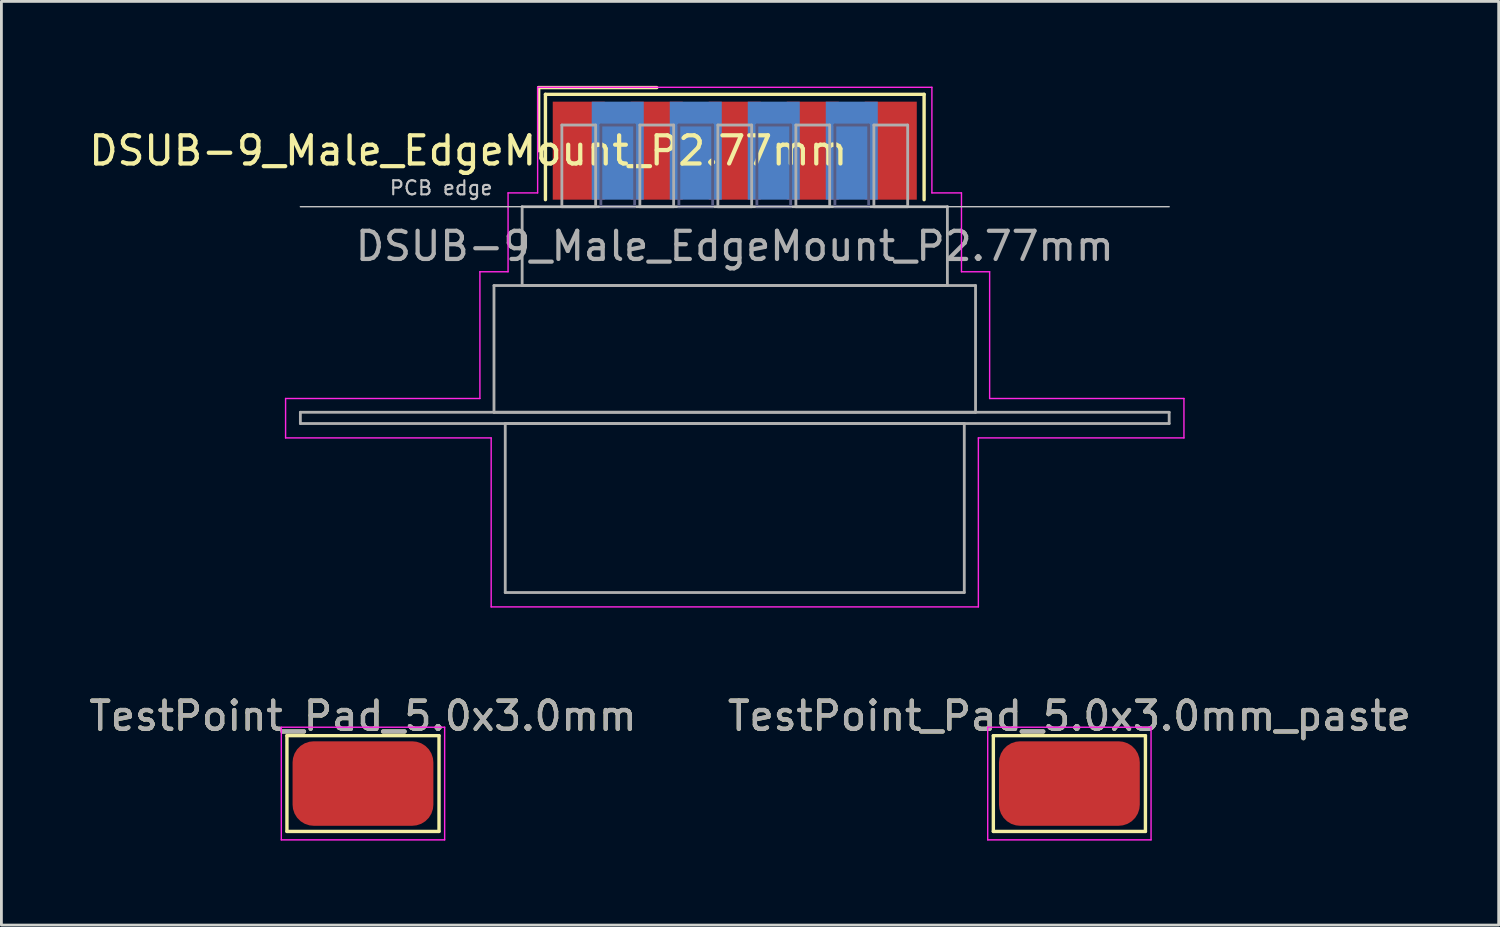
<source format=kicad_pcb>
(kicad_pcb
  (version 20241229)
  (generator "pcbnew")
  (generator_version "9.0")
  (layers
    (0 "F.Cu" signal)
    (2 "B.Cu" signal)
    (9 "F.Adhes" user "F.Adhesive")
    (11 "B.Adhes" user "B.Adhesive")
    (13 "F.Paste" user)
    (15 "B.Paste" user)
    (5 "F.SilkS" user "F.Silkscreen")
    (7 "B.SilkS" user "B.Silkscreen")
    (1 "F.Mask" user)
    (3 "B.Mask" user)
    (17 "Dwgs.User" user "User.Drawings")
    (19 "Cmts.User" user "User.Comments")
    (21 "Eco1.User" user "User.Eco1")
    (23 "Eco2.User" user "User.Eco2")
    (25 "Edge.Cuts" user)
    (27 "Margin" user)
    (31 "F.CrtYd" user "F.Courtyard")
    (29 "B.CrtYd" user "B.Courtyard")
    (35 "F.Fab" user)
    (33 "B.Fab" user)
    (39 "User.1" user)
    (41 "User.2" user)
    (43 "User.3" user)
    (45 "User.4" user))
  (footprint "DSUB-9_Male_EdgeMount_P2.77mm"
    (layer "F.Cu")
    (at 23.041 2.3)
    (property "Reference" "DSUB-9_Male_EdgeMount_P2.77mm" (at -9.463 0 0) (layer "F.SilkS") (effects (font (size 1 1) (thickness 0.15))))
    (attr smd)
    (fp_line (start -6.963 -2.24) (end -2.77 -2.24) (stroke (width 0.12) (type solid)) (layer "F.SilkS"))
    (fp_line (start -6.963 0) (end -6.963 -2.24) (stroke (width 0.12) (type solid)) (layer "F.SilkS"))
    (fp_line (start -6.723 -2) (end -6.723 1.74) (stroke (width 0.12) (type solid)) (layer "F.SilkS"))
    (fp_line (start 6.723 -2) (end -6.723 -2) (stroke (width 0.12) (type solid)) (layer "F.SilkS"))
    (fp_line (start 6.723 1.74) (end 6.723 -2) (stroke (width 0.12) (type solid)) (layer "F.SilkS"))
    (fp_line (start -15.425 1.99) (end 15.425 1.99) (stroke (width 0.05) (type solid)) (layer "Dwgs.User"))
    (fp_line (start -15.95 8.8) (end -9.05 8.8) (stroke (width 0.05) (type solid)) (layer "F.CrtYd"))
    (fp_line (start -15.95 10.2) (end -15.95 8.8) (stroke (width 0.05) (type solid)) (layer "F.CrtYd"))
    (fp_line (start -9.05 4.3) (end -8.05 4.3) (stroke (width 0.05) (type solid)) (layer "F.CrtYd"))
    (fp_line (start -9.05 8.8) (end -9.05 4.3) (stroke (width 0.05) (type solid)) (layer "F.CrtYd"))
    (fp_line (start -8.65 10.2) (end -15.95 10.2) (stroke (width 0.05) (type solid)) (layer "F.CrtYd"))
    (fp_line (start -8.65 16.2) (end -8.65 10.2) (stroke (width 0.05) (type solid)) (layer "F.CrtYd"))
    (fp_line (start -8.05 1.5) (end -7 1.5) (stroke (width 0.05) (type solid)) (layer "F.CrtYd"))
    (fp_line (start -8.05 4.3) (end -8.05 1.5) (stroke (width 0.05) (type solid)) (layer "F.CrtYd"))
    (fp_line (start -7 -2.25) (end 7 -2.25) (stroke (width 0.05) (type solid)) (layer "F.CrtYd"))
    (fp_line (start -7 1.5) (end -7 -2.25) (stroke (width 0.05) (type solid)) (layer "F.CrtYd"))
    (fp_line (start 7 -2.25) (end 7 1.5) (stroke (width 0.05) (type solid)) (layer "F.CrtYd"))
    (fp_line (start 7 1.5) (end 8.05 1.5) (stroke (width 0.05) (type solid)) (layer "F.CrtYd"))
    (fp_line (start 8.05 1.5) (end 8.05 4.3) (stroke (width 0.05) (type solid)) (layer "F.CrtYd"))
    (fp_line (start 8.05 4.3) (end 9.05 4.3) (stroke (width 0.05) (type solid)) (layer "F.CrtYd"))
    (fp_line (start 8.65 10.2) (end 8.65 16.2) (stroke (width 0.05) (type solid)) (layer "F.CrtYd"))
    (fp_line (start 8.65 16.2) (end -8.65 16.2) (stroke (width 0.05) (type solid)) (layer "F.CrtYd"))
    (fp_line (start 9.05 4.3) (end 9.05 8.8) (stroke (width 0.05) (type solid)) (layer "F.CrtYd"))
    (fp_line (start 9.05 8.8) (end 15.95 8.8) (stroke (width 0.05) (type solid)) (layer "F.CrtYd"))
    (fp_line (start 15.95 8.8) (end 15.95 10.2) (stroke (width 0.05) (type solid)) (layer "F.CrtYd"))
    (fp_line (start 15.95 10.2) (end 8.65 10.2) (stroke (width 0.05) (type solid)) (layer "F.CrtYd"))
    (fp_line (start -4.755 -0.91) (end -4.755 1.99) (stroke (width 0.1) (type solid)) (layer "B.Fab"))
    (fp_line (start -4.755 1.99) (end -3.555 1.99) (stroke (width 0.1) (type solid)) (layer "B.Fab"))
    (fp_line (start -3.555 -0.91) (end -4.755 -0.91) (stroke (width 0.1) (type solid)) (layer "B.Fab"))
    (fp_line (start -3.555 1.99) (end -3.555 -0.91) (stroke (width 0.1) (type solid)) (layer "B.Fab"))
    (fp_line (start -1.985 -0.91) (end -1.985 1.99) (stroke (width 0.1) (type solid)) (layer "B.Fab"))
    (fp_line (start -1.985 1.99) (end -0.785 1.99) (stroke (width 0.1) (type solid)) (layer "B.Fab"))
    (fp_line (start -0.785 -0.91) (end -1.985 -0.91) (stroke (width 0.1) (type solid)) (layer "B.Fab"))
    (fp_line (start -0.785 1.99) (end -0.785 -0.91) (stroke (width 0.1) (type solid)) (layer "B.Fab"))
    (fp_line (start 0.785 -0.91) (end 0.785 1.99) (stroke (width 0.1) (type solid)) (layer "B.Fab"))
    (fp_line (start 0.785 1.99) (end 1.985 1.99) (stroke (width 0.1) (type solid)) (layer "B.Fab"))
    (fp_line (start 1.985 -0.91) (end 0.785 -0.91) (stroke (width 0.1) (type solid)) (layer "B.Fab"))
    (fp_line (start 1.985 1.99) (end 1.985 -0.91) (stroke (width 0.1) (type solid)) (layer "B.Fab"))
    (fp_line (start 3.555 -0.91) (end 3.555 1.99) (stroke (width 0.1) (type solid)) (layer "B.Fab"))
    (fp_line (start 3.555 1.99) (end 4.755 1.99) (stroke (width 0.1) (type solid)) (layer "B.Fab"))
    (fp_line (start 4.755 -0.91) (end 3.555 -0.91) (stroke (width 0.1) (type solid)) (layer "B.Fab"))
    (fp_line (start 4.755 1.99) (end 4.755 -0.91) (stroke (width 0.1) (type solid)) (layer "B.Fab"))
    (fp_line (start -15.425 9.29) (end -15.425 9.69) (stroke (width 0.1) (type solid)) (layer "F.Fab"))
    (fp_line (start -15.425 9.69) (end 15.425 9.69) (stroke (width 0.1) (type solid)) (layer "F.Fab"))
    (fp_line (start -8.55 4.79) (end -8.55 9.29) (stroke (width 0.1) (type solid)) (layer "F.Fab"))
    (fp_line (start -8.55 9.29) (end 8.55 9.29) (stroke (width 0.1) (type solid)) (layer "F.Fab"))
    (fp_line (start -8.15 9.69) (end -8.15 15.69) (stroke (width 0.1) (type solid)) (layer "F.Fab"))
    (fp_line (start -8.15 15.69) (end 8.15 15.69) (stroke (width 0.1) (type solid)) (layer "F.Fab"))
    (fp_line (start -7.55 1.99) (end -7.55 4.79) (stroke (width 0.1) (type solid)) (layer "F.Fab"))
    (fp_line (start -7.55 4.79) (end 7.55 4.79) (stroke (width 0.1) (type solid)) (layer "F.Fab"))
    (fp_line (start -6.14 -0.91) (end -6.14 1.99) (stroke (width 0.1) (type solid)) (layer "F.Fab"))
    (fp_line (start -6.14 1.99) (end -4.94 1.99) (stroke (width 0.1) (type solid)) (layer "F.Fab"))
    (fp_line (start -4.94 -0.91) (end -6.14 -0.91) (stroke (width 0.1) (type solid)) (layer "F.Fab"))
    (fp_line (start -4.94 1.99) (end -4.94 -0.91) (stroke (width 0.1) (type solid)) (layer "F.Fab"))
    (fp_line (start -3.37 -0.91) (end -3.37 1.99) (stroke (width 0.1) (type solid)) (layer "F.Fab"))
    (fp_line (start -3.37 1.99) (end -2.17 1.99) (stroke (width 0.1) (type solid)) (layer "F.Fab"))
    (fp_line (start -2.17 -0.91) (end -3.37 -0.91) (stroke (width 0.1) (type solid)) (layer "F.Fab"))
    (fp_line (start -2.17 1.99) (end -2.17 -0.91) (stroke (width 0.1) (type solid)) (layer "F.Fab"))
    (fp_line (start -0.6 -0.91) (end -0.6 1.99) (stroke (width 0.1) (type solid)) (layer "F.Fab"))
    (fp_line (start -0.6 1.99) (end 0.6 1.99) (stroke (width 0.1) (type solid)) (layer "F.Fab"))
    (fp_line (start 0.6 -0.91) (end -0.6 -0.91) (stroke (width 0.1) (type solid)) (layer "F.Fab"))
    (fp_line (start 0.6 1.99) (end 0.6 -0.91) (stroke (width 0.1) (type solid)) (layer "F.Fab"))
    (fp_line (start 2.17 -0.91) (end 2.17 1.99) (stroke (width 0.1) (type solid)) (layer "F.Fab"))
    (fp_line (start 2.17 1.99) (end 3.37 1.99) (stroke (width 0.1) (type solid)) (layer "F.Fab"))
    (fp_line (start 3.37 -0.91) (end 2.17 -0.91) (stroke (width 0.1) (type solid)) (layer "F.Fab"))
    (fp_line (start 3.37 1.99) (end 3.37 -0.91) (stroke (width 0.1) (type solid)) (layer "F.Fab"))
    (fp_line (start 4.94 -0.91) (end 4.94 1.99) (stroke (width 0.1) (type solid)) (layer "F.Fab"))
    (fp_line (start 4.94 1.99) (end 6.14 1.99) (stroke (width 0.1) (type solid)) (layer "F.Fab"))
    (fp_line (start 6.14 -0.91) (end 4.94 -0.91) (stroke (width 0.1) (type solid)) (layer "F.Fab"))
    (fp_line (start 6.14 1.99) (end 6.14 -0.91) (stroke (width 0.1) (type solid)) (layer "F.Fab"))
    (fp_line (start 7.55 1.99) (end -7.55 1.99) (stroke (width 0.1) (type solid)) (layer "F.Fab"))
    (fp_line (start 7.55 4.79) (end 7.55 1.99) (stroke (width 0.1) (type solid)) (layer "F.Fab"))
    (fp_line (start 8.15 9.69) (end -8.15 9.69) (stroke (width 0.1) (type solid)) (layer "F.Fab"))
    (fp_line (start 8.15 15.69) (end 8.15 9.69) (stroke (width 0.1) (type solid)) (layer "F.Fab"))
    (fp_line (start 8.55 4.79) (end -8.55 4.79) (stroke (width 0.1) (type solid)) (layer "F.Fab"))
    (fp_line (start 8.55 9.29) (end 8.55 4.79) (stroke (width 0.1) (type solid)) (layer "F.Fab"))
    (fp_line (start 15.425 9.29) (end -15.425 9.29) (stroke (width 0.1) (type solid)) (layer "F.Fab"))
    (fp_line (start 15.425 9.69) (end 15.425 9.29) (stroke (width 0.1) (type solid)) (layer "F.Fab"))
    (fp_text user "PCB edge" (at -10.425 1.323 0) (layer "Dwgs.User") (effects (font (size 0.5 0.5) (thickness 0.075))))
    (fp_text user "${REFERENCE}" (at 0 3.39 0) (layer "F.Fab") (effects (font (size 1 1) (thickness 0.15))))
    (pad "1" smd rect (at -5.54 0) (size 1.847 3.48) (layers "F.Cu" "F.Mask" "F.Paste"))
    (pad "2" smd rect (at -2.77 0) (size 1.847 3.48) (layers "F.Cu" "F.Mask" "F.Paste"))
    (pad "3" smd rect (at 0 0) (size 1.847 3.48) (layers "F.Cu" "F.Mask" "F.Paste"))
    (pad "4" smd rect (at 2.77 0) (size 1.847 3.48) (layers "F.Cu" "F.Mask" "F.Paste"))
    (pad "5" smd rect (at 5.54 0) (size 1.847 3.48) (layers "F.Cu" "F.Mask" "F.Paste"))
    (pad "6" smd rect (at -4.155 0) (size 1.847 3.48) (layers "B.Cu" "B.Mask" "B.Paste"))
    (pad "7" smd rect (at -1.385 0) (size 1.847 3.48) (layers "B.Cu" "B.Mask" "B.Paste"))
    (pad "8" smd rect (at 1.385 0) (size 1.847 3.48) (layers "B.Cu" "B.Mask" "B.Paste"))
    (pad "9" smd rect (at 4.155 0) (size 1.847 3.48) (layers "B.Cu" "B.Mask" "B.Paste")))
  (footprint "TestPoint_Pad_5.0x3.0mm_paste"
    (layer "F.Cu")
    (at 34.923 24.773)
    (property "Reference" "TestPoint_Pad_5.0x3.0mm_paste" (at 0 -2.398 0) (layer "F.SilkS") (effects (font (size 1 1) (thickness 0.15))))
    (attr exclude_from_pos_files exclude_from_bom)
    (fp_line (start -2.7 -1.7) (end 2.7 -1.7) (stroke (width 0.12) (type solid)) (layer "F.SilkS"))
    (fp_line (start -2.7 1.7) (end -2.7 -1.7) (stroke (width 0.12) (type solid)) (layer "F.SilkS"))
    (fp_line (start 2.7 -1.7) (end 2.7 1.7) (stroke (width 0.12) (type solid)) (layer "F.SilkS"))
    (fp_line (start 2.7 1.7) (end -2.7 1.7) (stroke (width 0.12) (type solid)) (layer "F.SilkS"))
    (fp_line (start -2.9 -2) (end -2.9 2) (stroke (width 0.05) (type solid)) (layer "F.CrtYd"))
    (fp_line (start -2.9 -2) (end 2.9 -2) (stroke (width 0.05) (type solid)) (layer "F.CrtYd"))
    (fp_line (start 2.9 2) (end -2.9 2) (stroke (width 0.05) (type solid)) (layer "F.CrtYd"))
    (fp_line (start 2.9 2) (end 2.9 -2) (stroke (width 0.05) (type solid)) (layer "F.CrtYd"))
    (fp_text user "${REFERENCE}" (at 0 -2.4 0) (layer "F.Fab") (effects (font (size 1 1) (thickness 0.15))))
    (pad "1" smd roundrect (at 0 0) (size 5 3) (layers "F.Cu" "F.Mask" "F.Paste") (roundrect_rratio 0.25)))
  (footprint "TestPoint_Pad_5.0x3.0mm"
    (layer "F.Cu")
    (at 9.839 24.773)
    (property "Reference" "TestPoint_Pad_5.0x3.0mm" (at 0 -2.398 0) (layer "F.SilkS") (effects (font (size 1 1) (thickness 0.15))))
    (attr exclude_from_pos_files exclude_from_bom)
    (fp_line (start -2.7 -1.7) (end 2.7 -1.7) (stroke (width 0.12) (type solid)) (layer "F.SilkS"))
    (fp_line (start -2.7 1.7) (end -2.7 -1.7) (stroke (width 0.12) (type solid)) (layer "F.SilkS"))
    (fp_line (start 2.7 -1.7) (end 2.7 1.7) (stroke (width 0.12) (type solid)) (layer "F.SilkS"))
    (fp_line (start 2.7 1.7) (end -2.7 1.7) (stroke (width 0.12) (type solid)) (layer "F.SilkS"))
    (fp_line (start -2.9 -2) (end -2.9 2) (stroke (width 0.05) (type solid)) (layer "F.CrtYd"))
    (fp_line (start -2.9 -2) (end 2.9 -2) (stroke (width 0.05) (type solid)) (layer "F.CrtYd"))
    (fp_line (start 2.9 2) (end -2.9 2) (stroke (width 0.05) (type solid)) (layer "F.CrtYd"))
    (fp_line (start 2.9 2) (end 2.9 -2) (stroke (width 0.05) (type solid)) (layer "F.CrtYd"))
    (fp_text user "${REFERENCE}" (at 0 -2.4 0) (layer "F.Fab") (effects (font (size 1 1) (thickness 0.15))))
    (pad "1" smd roundrect (at 0 0) (size 5 3) (layers "F.Cu" "F.Mask") (roundrect_rratio 0.25)))
  (gr_rect
    (start -3 -3)
    (end 50.167 29.798)
    (stroke (width 0.1) (type default))
    (fill no)
    (layer "Edge.Cuts")))
</source>
